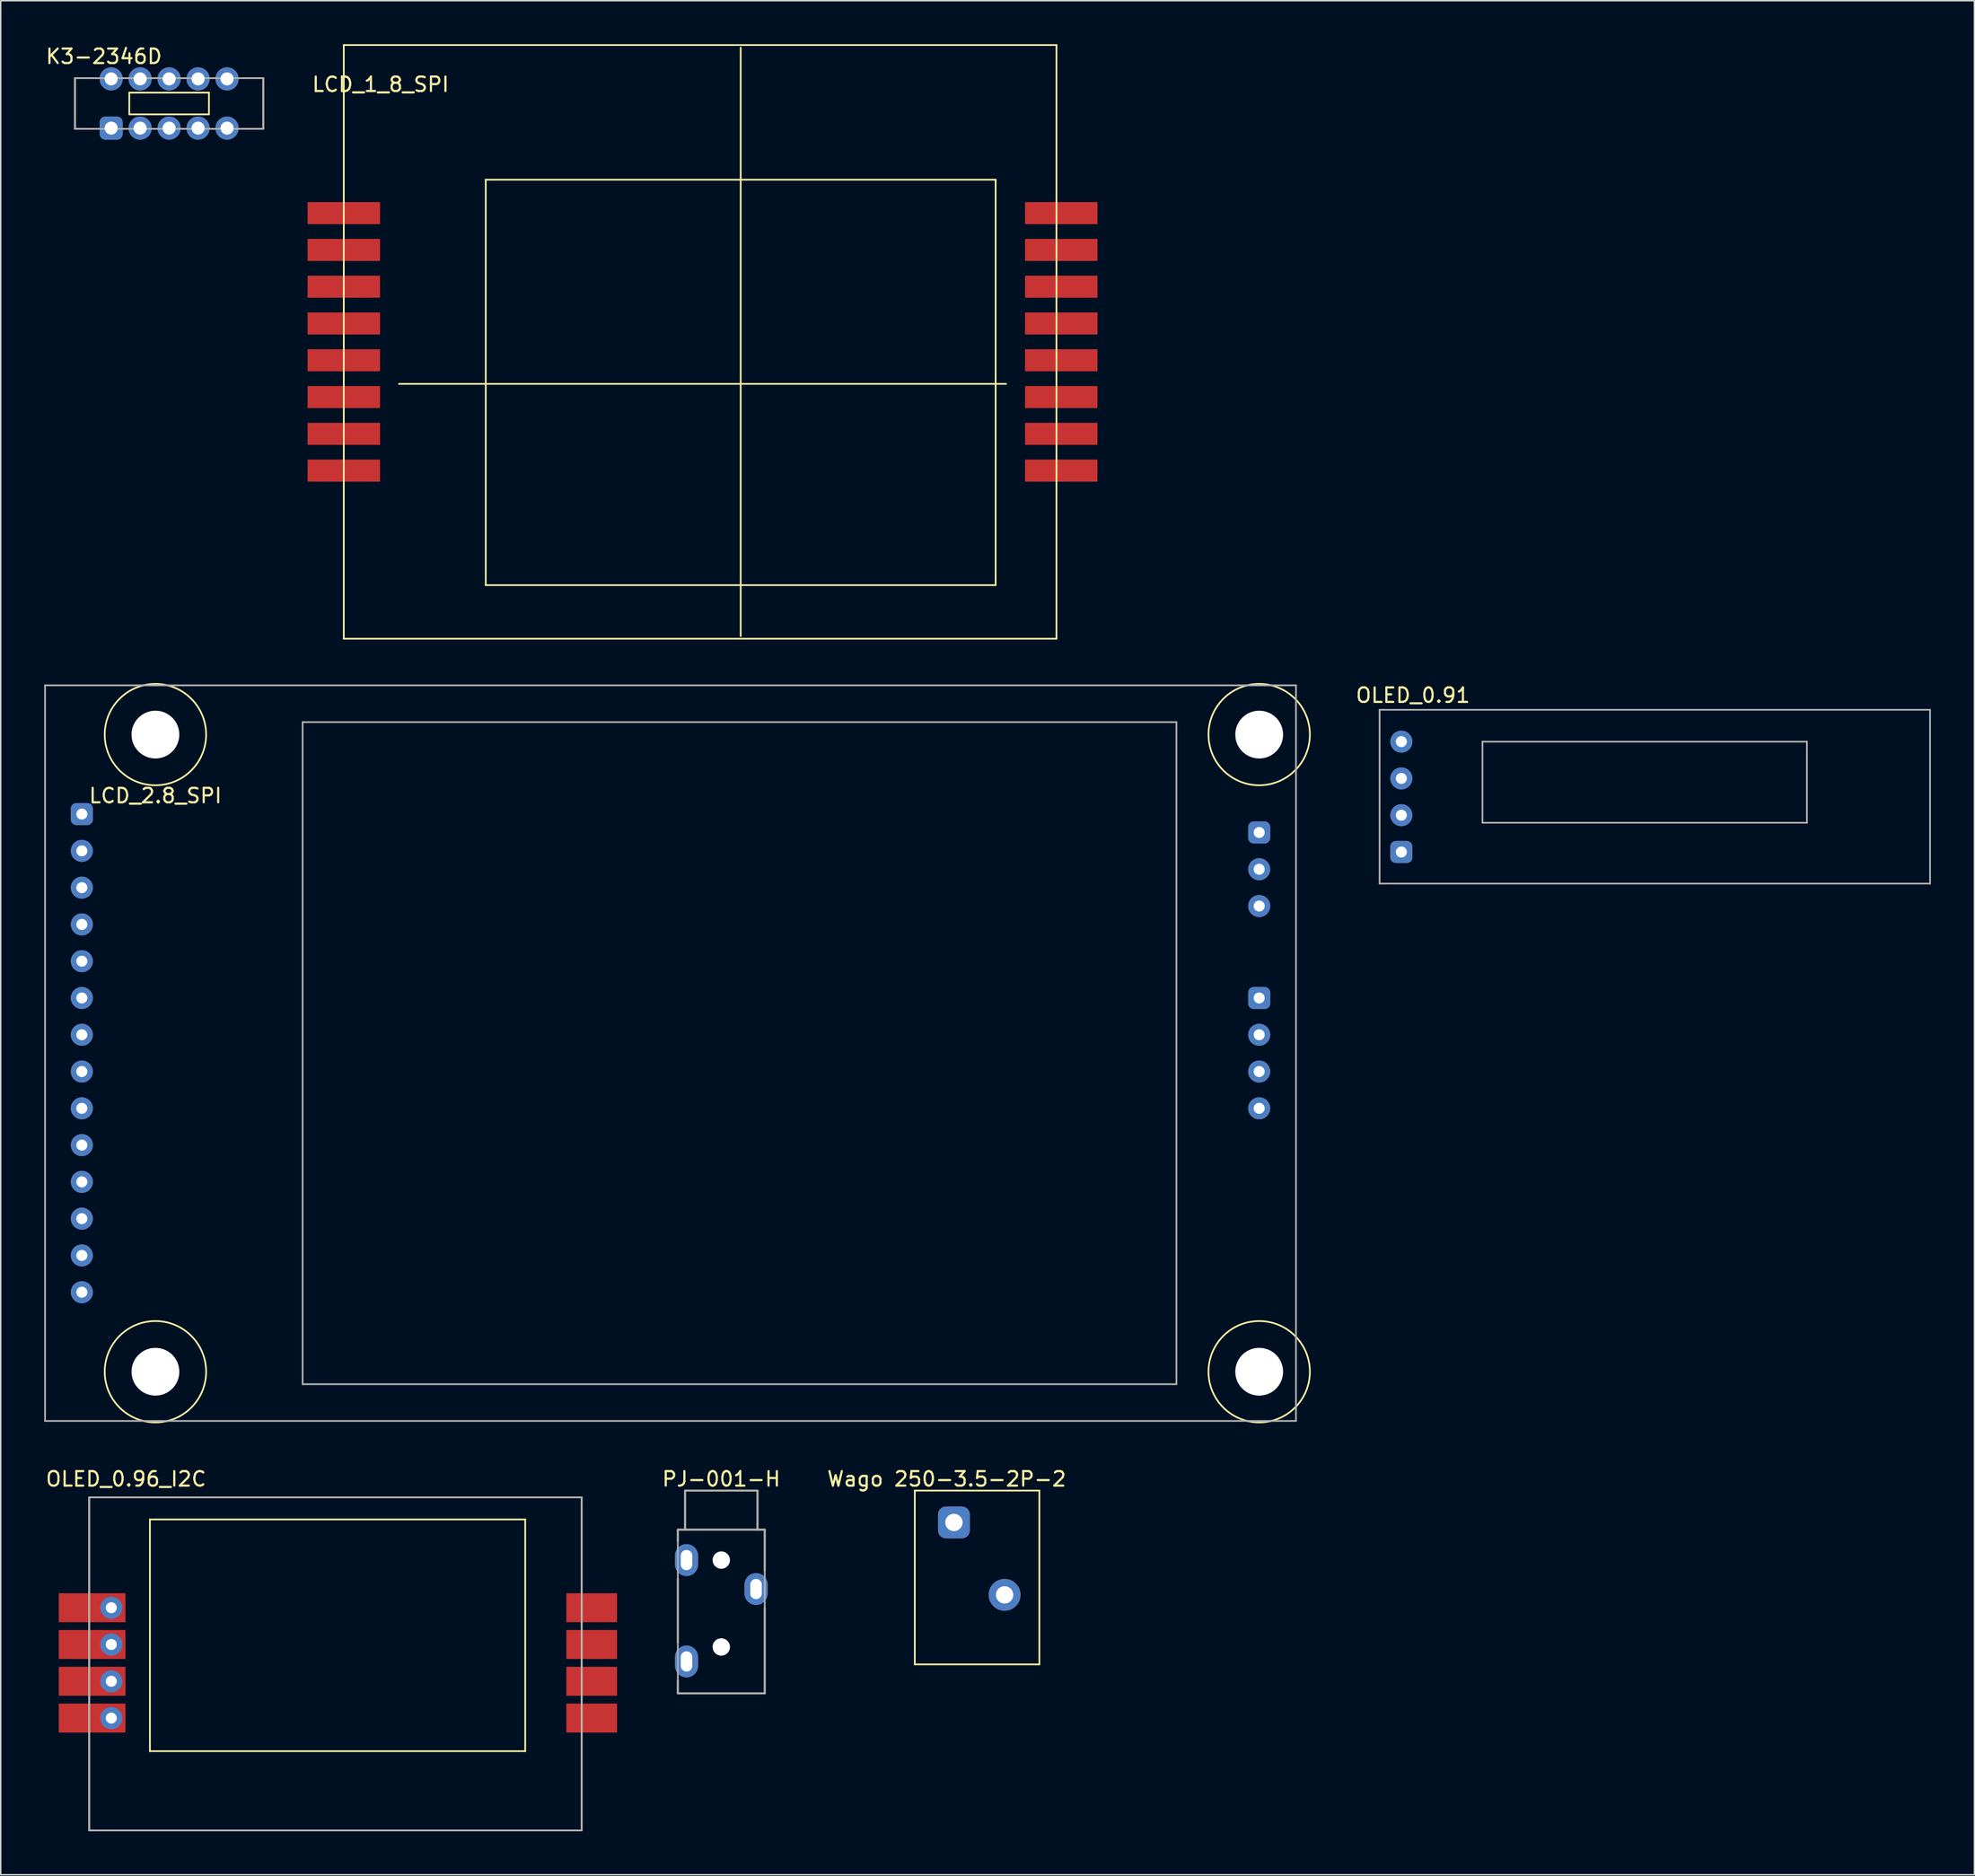
<source format=kicad_pcb>
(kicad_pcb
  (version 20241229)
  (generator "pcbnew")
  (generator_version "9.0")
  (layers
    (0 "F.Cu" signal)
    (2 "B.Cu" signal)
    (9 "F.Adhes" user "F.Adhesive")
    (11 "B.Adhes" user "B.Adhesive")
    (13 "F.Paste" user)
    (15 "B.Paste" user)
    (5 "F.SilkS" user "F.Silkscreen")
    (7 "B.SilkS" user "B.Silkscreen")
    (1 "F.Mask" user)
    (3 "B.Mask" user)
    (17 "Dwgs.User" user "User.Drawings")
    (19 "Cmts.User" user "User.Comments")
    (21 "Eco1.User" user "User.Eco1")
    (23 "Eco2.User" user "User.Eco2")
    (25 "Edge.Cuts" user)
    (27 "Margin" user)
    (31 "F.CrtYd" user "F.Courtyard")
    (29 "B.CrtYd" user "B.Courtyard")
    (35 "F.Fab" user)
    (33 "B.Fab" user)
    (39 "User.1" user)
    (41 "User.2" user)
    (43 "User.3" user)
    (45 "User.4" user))
  (footprint "PJ-001-H"
    (layer "F.Cu")
    (at 46.745 102.588)
    (property "Reference" "PJ-001-H" (at 0 -3.5 0) (layer "F.SilkS") (effects (font (size 1 1) (thickness 0.15))))
    (attr through_hole)
    (fp_line (start -3 0) (end 3 0) (stroke (width 0.12) (type solid)) (layer "F.SilkS"))
    (fp_line (start -3 0.8) (end -3 0) (stroke (width 0.12) (type solid)) (layer "F.SilkS"))
    (fp_line (start -3 7.8) (end -3 3.4) (stroke (width 0.12) (type solid)) (layer "F.SilkS"))
    (fp_line (start -3 11.3) (end -3 10.4) (stroke (width 0.12) (type solid)) (layer "F.SilkS"))
    (fp_line (start -2.5 -2.7) (end 2.5 -2.7) (stroke (width 0.12) (type solid)) (layer "F.SilkS"))
    (fp_line (start -2.5 0) (end -2.5 -2.7) (stroke (width 0.12) (type solid)) (layer "F.SilkS"))
    (fp_line (start 2.5 -2.7) (end 2.5 0) (stroke (width 0.12) (type solid)) (layer "F.SilkS"))
    (fp_line (start 3 0) (end 3 2.8) (stroke (width 0.12) (type solid)) (layer "F.SilkS"))
    (fp_line (start 3 5.4) (end 3 11.3) (stroke (width 0.12) (type solid)) (layer "F.SilkS"))
    (fp_line (start 3 11.3) (end -3 11.3) (stroke (width 0.12) (type solid)) (layer "F.SilkS"))
    (fp_line (start -3 0) (end 3 0) (stroke (width 0.12) (type solid)) (layer "F.Fab"))
    (fp_line (start -3 11.3) (end -3 0) (stroke (width 0.12) (type solid)) (layer "F.Fab"))
    (fp_line (start -2.5 -2.7) (end 2.5 -2.7) (stroke (width 0.12) (type solid)) (layer "F.Fab"))
    (fp_line (start -2.5 0) (end -2.5 -2.7) (stroke (width 0.12) (type solid)) (layer "F.Fab"))
    (fp_line (start 2.5 -2.7) (end 2.5 0) (stroke (width 0.12) (type solid)) (layer "F.Fab"))
    (fp_line (start 3 0) (end 3 11.3) (stroke (width 0.12) (type solid)) (layer "F.Fab"))
    (fp_line (start 3 11.3) (end -3 11.3) (stroke (width 0.12) (type solid)) (layer "F.Fab"))
    (pad "" np_thru_hole circle (at 0 2.1) (size 1.2 1.2) (drill 1.2) (layers "*.Cu" "*.Mask"))
    (pad "" np_thru_hole circle (at 0 8.1) (size 1.2 1.2) (drill 1.2) (layers "*.Cu" "*.Mask"))
    (pad "R" thru_hole oval (at 2.4 4.1) (size 1.6 2.2) (drill oval 0.8 1.4) (layers "*.Cu" "*.Mask"))
    (pad "S" thru_hole oval (at -2.4 2.1) (size 1.6 2.2) (drill oval 0.8 1.4) (layers "*.Cu" "*.Mask"))
    (pad "T" thru_hole oval (at -2.4 9.1) (size 1.6 2.2) (drill oval 0.8 1.4) (layers "*.Cu" "*.Mask")))
  (footprint "Wago 250-3.5-2P-2"
    (layer "F.Cu")
    (at 62.805 102.088)
    (property "Reference" "Wago 250-3.5-2P-2" (at -0.5 -3 0) (layer "F.SilkS") (effects (font (size 1 1) (thickness 0.15))))
    (attr through_hole)
    (fp_line (start -2.7 -2.2) (end -2.7 9.8) (stroke (width 0.12) (type solid)) (layer "F.SilkS"))
    (fp_line (start -2.7 9.8) (end 5.9 9.8) (stroke (width 0.12) (type solid)) (layer "F.SilkS"))
    (fp_line (start 5.9 -2.2) (end -2.7 -2.2) (stroke (width 0.12) (type solid)) (layer "F.SilkS"))
    (fp_line (start 5.9 9.8) (end 5.9 -2.2) (stroke (width 0.12) (type solid)) (layer "F.SilkS"))
    (pad "1" thru_hole roundrect (at 0 0) (size 2.2 2.2) (drill 1.2) (layers "*.Cu" "*.Mask") (roundrect_rratio 0.25))
    (pad "2" thru_hole circle (at 3.5 5) (size 2.2 2.2) (drill 1.2) (layers "*.Cu" "*.Mask")))
  (footprint "K3-2346D"
    (layer "F.Cu")
    (at 8.625 4.098)
    (property "Reference" "K3-2346D" (at -4.5 -3.25 0) (layer "F.SilkS") (effects (font (size 1 1) (thickness 0.15))))
    (attr through_hole)
    (fp_line (start -6.5 -1.75) (end -5.1 -1.75) (stroke (width 0.12) (type solid)) (layer "F.SilkS"))
    (fp_line (start -6.5 1.75) (end -6.5 -1.75) (stroke (width 0.12) (type solid)) (layer "F.SilkS"))
    (fp_line (start -5.1 1.75) (end -6.5 1.75) (stroke (width 0.12) (type solid)) (layer "F.SilkS"))
    (fp_line (start -2.75 -0.75) (end 2.75 -0.75) (stroke (width 0.12) (type solid)) (layer "F.SilkS"))
    (fp_line (start -2.75 0.75) (end -2.75 -0.75) (stroke (width 0.12) (type solid)) (layer "F.SilkS"))
    (fp_line (start 2.75 -0.75) (end 2.75 0.75) (stroke (width 0.12) (type solid)) (layer "F.SilkS"))
    (fp_line (start 2.75 0.75) (end -2.75 0.75) (stroke (width 0.12) (type solid)) (layer "F.SilkS"))
    (fp_line (start 6.5 -1.75) (end 5.1 -1.75) (stroke (width 0.12) (type solid)) (layer "F.SilkS"))
    (fp_line (start 6.5 1.75) (end 5.1 1.75) (stroke (width 0.12) (type solid)) (layer "F.SilkS"))
    (fp_line (start 6.5 1.75) (end 6.5 -1.75) (stroke (width 0.12) (type solid)) (layer "F.SilkS"))
    (fp_line (start -6.5 -1.75) (end 6.5 -1.75) (stroke (width 0.12) (type solid)) (layer "F.Fab"))
    (fp_line (start -6.5 1.75) (end -6.5 -1.75) (stroke (width 0.12) (type solid)) (layer "F.Fab"))
    (fp_line (start 6.5 -1.75) (end 6.5 1.75) (stroke (width 0.12) (type solid)) (layer "F.Fab"))
    (fp_line (start 6.5 1.75) (end -6.5 1.75) (stroke (width 0.12) (type solid)) (layer "F.Fab"))
    (pad "1" thru_hole roundrect (at -4 1.7) (size 1.6 1.6) (drill 0.9) (layers "*.Cu" "*.Mask") (roundrect_rratio 0.25))
    (pad "2" thru_hole circle (at -2 1.7) (size 1.6 1.6) (drill 0.9) (layers "*.Cu" "*.Mask"))
    (pad "3" thru_hole circle (at 2 1.7) (size 1.6 1.6) (drill 0.9) (layers "*.Cu" "*.Mask"))
    (pad "4" thru_hole circle (at 4 1.7) (size 1.6 1.6) (drill 0.9) (layers "*.Cu" "*.Mask"))
    (pad "5" thru_hole circle (at 4 -1.7) (size 1.6 1.6) (drill 0.9) (layers "*.Cu" "*.Mask"))
    (pad "6" thru_hole circle (at 2 -1.7) (size 1.6 1.6) (drill 0.9) (layers "*.Cu" "*.Mask"))
    (pad "7" thru_hole circle (at -2 -1.7) (size 1.6 1.6) (drill 0.9) (layers "*.Cu" "*.Mask"))
    (pad "8" thru_hole circle (at -4 -1.7) (size 1.6 1.6) (drill 0.9) (layers "*.Cu" "*.Mask"))
    (pad "9" thru_hole circle (at 0 1.7) (size 1.6 1.6) (drill 0.9) (layers "*.Cu" "*.Mask"))
    (pad "10" thru_hole circle (at 0 -1.7) (size 1.6 1.6) (drill 0.9) (layers "*.Cu" "*.Mask")))
  (footprint "OLED_0.91"
    (layer "F.Cu")
    (at 110.494 50.968)
    (property "Reference" "OLED_0.91" (at -16 -6 0) (layer "F.SilkS") (effects (font (size 1 1) (thickness 0.15))))
    (attr through_hole)
    (fp_line (start -18.3 -5) (end -18.3 7) (stroke (width 0.12) (type solid)) (layer "F.Fab"))
    (fp_line (start -18.3 -5) (end 19.7 -5) (stroke (width 0.12) (type solid)) (layer "F.Fab"))
    (fp_line (start -11.2 -2.8) (end -11.2 2.8) (stroke (width 0.12) (type solid)) (layer "F.Fab"))
    (fp_line (start -11.2 2.8) (end 11.2 2.8) (stroke (width 0.12) (type solid)) (layer "F.Fab"))
    (fp_line (start 11.2 -2.8) (end -11.2 -2.8) (stroke (width 0.12) (type solid)) (layer "F.Fab"))
    (fp_line (start 11.2 2.8) (end 11.2 -2.8) (stroke (width 0.12) (type solid)) (layer "F.Fab"))
    (fp_line (start 19.7 -5) (end 19.7 7) (stroke (width 0.12) (type solid)) (layer "F.Fab"))
    (fp_line (start 19.7 7) (end -18.3 7) (stroke (width 0.12) (type solid)) (layer "F.Fab"))
    (pad "1" thru_hole roundrect (at -16.8 4.82) (size 1.524 1.524) (drill 0.762) (layers "*.Cu" "*.Mask") (roundrect_rratio 0.25))
    (pad "2" thru_hole circle (at -16.8 2.28) (size 1.524 1.524) (drill 0.762) (layers "*.Cu" "*.Mask"))
    (pad "3" thru_hole circle (at -16.8 -0.26) (size 1.524 1.524) (drill 0.762) (layers "*.Cu" "*.Mask"))
    (pad "4" thru_hole circle (at -16.8 -2.8) (size 1.524 1.524) (drill 0.762) (layers "*.Cu" "*.Mask")))
  (footprint "LCD_1_8_SPI"
    (layer "F.Cu")
    (at 20.685 20.56)
    (property "Reference" "LCD_1_8_SPI" (at 2.54 -17.78 0) (layer "F.SilkS") (effects (font (size 1 1) (thickness 0.15))))
    (attr through_hole)
    (fp_line (start 0 -20.5) (end 49.2 -20.5) (stroke (width 0.12) (type solid)) (layer "F.SilkS"))
    (fp_line (start 0 20.5) (end 0 -20.5) (stroke (width 0.12) (type solid)) (layer "F.SilkS"))
    (fp_line (start 0 20.5) (end 49.2 20.5) (stroke (width 0.12) (type solid)) (layer "F.SilkS"))
    (fp_line (start 3.81 2.9) (end 45.72 2.9) (stroke (width 0.12) (type solid)) (layer "F.SilkS"))
    (fp_line (start 9.8 -11.2) (end 9.8 16.8) (stroke (width 0.12) (type solid)) (layer "F.SilkS"))
    (fp_line (start 9.8 -11.2) (end 45 -11.2) (stroke (width 0.12) (type solid)) (layer "F.SilkS"))
    (fp_line (start 27.4 -20.32) (end 27.4 20.32) (stroke (width 0.12) (type solid)) (layer "F.SilkS"))
    (fp_line (start 45 -11.2) (end 45 16.8) (stroke (width 0.12) (type solid)) (layer "F.SilkS"))
    (fp_line (start 45 16.8) (end 9.8 16.8) (stroke (width 0.12) (type solid)) (layer "F.SilkS"))
    (fp_line (start 49.2 20.5) (end 49.2 -20.5) (stroke (width 0.12) (type solid)) (layer "F.SilkS"))
    (pad "1" smd rect (at 0 -8.89) (size 5 1.524) (layers "F.Cu" "F.Mask" "F.Paste"))
    (pad "2" smd rect (at 0 -6.35) (size 5 1.524) (layers "F.Cu" "F.Mask" "F.Paste"))
    (pad "3" smd rect (at 0 -3.81) (size 5 1.524) (layers "F.Cu" "F.Mask" "F.Paste"))
    (pad "4" smd rect (at 0 -1.27) (size 5 1.524) (layers "F.Cu" "F.Mask" "F.Paste"))
    (pad "5" smd rect (at 0 1.27) (size 5 1.524) (layers "F.Cu" "F.Mask" "F.Paste"))
    (pad "6" smd rect (at 0 3.81) (size 5 1.524) (layers "F.Cu" "F.Mask" "F.Paste"))
    (pad "7" smd rect (at 0 6.35) (size 5 1.524) (layers "F.Cu" "F.Mask" "F.Paste"))
    (pad "8" smd rect (at 0 8.89) (size 5 1.524) (layers "F.Cu" "F.Mask" "F.Paste"))
    (pad "9" smd rect (at 49.53 -8.89) (size 5 1.524) (layers "F.Cu" "F.Mask" "F.Paste"))
    (pad "9" smd rect (at 49.53 -6.35) (size 5 1.524) (layers "F.Cu" "F.Mask" "F.Paste"))
    (pad "9" smd rect (at 49.53 -3.81) (size 5 1.524) (layers "F.Cu" "F.Mask" "F.Paste"))
    (pad "9" smd rect (at 49.53 -1.27) (size 5 1.524) (layers "F.Cu" "F.Mask" "F.Paste"))
    (pad "9" smd rect (at 49.53 1.27) (size 5 1.524) (layers "F.Cu" "F.Mask" "F.Paste"))
    (pad "9" smd rect (at 49.53 3.81) (size 5 1.524) (layers "F.Cu" "F.Mask" "F.Paste"))
    (pad "9" smd rect (at 49.53 6.35) (size 5 1.524) (layers "F.Cu" "F.Mask" "F.Paste"))
    (pad "9" smd rect (at 49.53 8.89) (size 5 1.524) (layers "F.Cu" "F.Mask" "F.Paste")))
  (footprint "OLED_0.96_I2C"
    (layer "F.Cu")
    (at 3.109 100.358)
    (property "Reference" "OLED_0.96_I2C" (at 2.54 -1.27 0) (layer "F.SilkS") (effects (font (size 1 1) (thickness 0.15))))
    (attr through_hole)
    (fp_line (start 0 0) (end 34 0) (stroke (width 0.12) (type solid)) (layer "F.SilkS"))
    (fp_line (start 0 23) (end 0 0) (stroke (width 0.12) (type solid)) (layer "F.SilkS"))
    (fp_line (start 4.191 1.524) (end 4.191 17.526) (stroke (width 0.12) (type solid)) (layer "F.SilkS"))
    (fp_line (start 4.191 1.524) (end 30.099 1.524) (stroke (width 0.12) (type solid)) (layer "F.SilkS"))
    (fp_line (start 4.191 17.526) (end 30.099 17.526) (stroke (width 0.12) (type solid)) (layer "F.SilkS"))
    (fp_line (start 30.099 1.524) (end 30.099 17.526) (stroke (width 0.12) (type solid)) (layer "F.SilkS"))
    (fp_line (start 34 0) (end 34 23) (stroke (width 0.12) (type solid)) (layer "F.SilkS"))
    (fp_line (start 34 23) (end 0 23) (stroke (width 0.12) (type solid)) (layer "F.SilkS"))
    (fp_line (start 0 0) (end 0 23) (stroke (width 0.12) (type solid)) (layer "F.Fab"))
    (fp_line (start 0 23) (end 34 23) (stroke (width 0.12) (type solid)) (layer "F.Fab"))
    (fp_line (start 34 0) (end 0 0) (stroke (width 0.12) (type solid)) (layer "F.Fab"))
    (fp_line (start 34 23) (end 34 0) (stroke (width 0.12) (type solid)) (layer "F.Fab"))
    (pad "1" smd rect (at 0 7.62) (size 4.6 2) (drill (offset 0.2 0)) (layers "F.Cu" "F.Mask" "F.Paste"))
    (pad "1" thru_hole circle (at 1.524 7.62) (size 1.524 1.524) (drill 0.762) (layers "*.Cu" "*.Mask"))
    (pad "2" smd rect (at 0 10.16) (size 4.6 2) (drill (offset 0.2 0)) (layers "F.Cu" "F.Mask" "F.Paste"))
    (pad "2" thru_hole circle (at 1.524 10.16) (size 1.524 1.524) (drill 0.762) (layers "*.Cu" "*.Mask"))
    (pad "3" smd rect (at 0 12.7) (size 4.6 2) (drill (offset 0.2 0)) (layers "F.Cu" "F.Mask" "F.Paste"))
    (pad "3" thru_hole circle (at 1.524 12.7) (size 1.524 1.524) (drill 0.762) (layers "*.Cu" "*.Mask"))
    (pad "4" smd rect (at 0 15.24) (size 4.6 2) (drill (offset 0.2 0)) (layers "F.Cu" "F.Mask" "F.Paste"))
    (pad "4" thru_hole circle (at 1.524 15.24) (size 1.524 1.524) (drill 0.762) (layers "*.Cu" "*.Mask"))
    (pad "5" smd rect (at 34.29 7.62) (size 3.5 2) (drill (offset 0.4 0)) (layers "F.Cu" "F.Mask" "F.Paste"))
    (pad "5" smd rect (at 34.29 10.16) (size 3.5 2) (drill (offset 0.4 0)) (layers "F.Cu" "F.Mask" "F.Paste"))
    (pad "5" smd rect (at 34.29 12.7) (size 3.5 2) (drill (offset 0.4 0)) (layers "F.Cu" "F.Mask" "F.Paste"))
    (pad "5" smd rect (at 34.29 15.24) (size 3.5 2) (drill (offset 0.4 0)) (layers "F.Cu" "F.Mask" "F.Paste")))
  (footprint "LCD_2.8_SPI"
    (layer "F.Cu")
    (at 2.6 69.68)
    (property "Reference" "LCD_2.8_SPI" (at 5.08 -17.78 0) (layer "F.SilkS") (effects (font (size 1 1) (thickness 0.15))))
    (attr through_hole)
    (fp_circle (center 5.08 -22) (end 8.58 -22) (stroke (width 0.12) (type solid)) (fill no) (layer "F.SilkS"))
    (fp_circle (center 5.08 22) (end 8.58 22) (stroke (width 0.12) (type solid)) (fill no) (layer "F.SilkS"))
    (fp_circle (center 81.28 -22) (end 84.78 -22) (stroke (width 0.12) (type solid)) (fill no) (layer "F.SilkS"))
    (fp_circle (center 81.28 22) (end 84.78 22) (stroke (width 0.12) (type solid)) (fill no) (layer "F.SilkS"))
    (fp_line (start -2.54 -25.4) (end -2.54 25.4) (stroke (width 0.12) (type solid)) (layer "F.Fab"))
    (fp_line (start -2.54 -25.4) (end 83.82 -25.4) (stroke (width 0.12) (type solid)) (layer "F.Fab"))
    (fp_line (start 15.24 -22.86) (end 75.565 -22.86) (stroke (width 0.12) (type solid)) (layer "F.Fab"))
    (fp_line (start 15.24 22.86) (end 15.24 -22.86) (stroke (width 0.12) (type solid)) (layer "F.Fab"))
    (fp_line (start 75.565 -22.86) (end 75.565 22.86) (stroke (width 0.12) (type solid)) (layer "F.Fab"))
    (fp_line (start 75.565 22.86) (end 15.24 22.86) (stroke (width 0.12) (type solid)) (layer "F.Fab"))
    (fp_line (start 83.82 -25.4) (end 83.82 25.4) (stroke (width 0.12) (type solid)) (layer "F.Fab"))
    (fp_line (start 83.82 25.4) (end -2.54 25.4) (stroke (width 0.12) (type solid)) (layer "F.Fab"))
    (pad "" np_thru_hole circle (at 5.08 -22) (size 3.3 3.3) (drill 3.3) (layers "*.Cu" "*.Mask"))
    (pad "" np_thru_hole circle (at 5.08 22) (size 3.3 3.3) (drill 3.3) (layers "*.Cu" "*.Mask"))
    (pad "" np_thru_hole circle (at 81.28 -22) (size 3.3 3.3) (drill 3.3) (layers "*.Cu" "*.Mask"))
    (pad "" np_thru_hole circle (at 81.28 22) (size 3.3 3.3) (drill 3.3) (layers "*.Cu" "*.Mask"))
    (pad "1" thru_hole roundrect (at 0 -16.51) (size 1.524 1.524) (drill 0.762) (layers "*.Cu" "*.Mask") (roundrect_rratio 0.25))
    (pad "2" thru_hole circle (at 0 -13.97) (size 1.524 1.524) (drill 0.762) (layers "*.Cu" "*.Mask"))
    (pad "3" thru_hole circle (at 0 -11.43) (size 1.524 1.524) (drill 0.762) (layers "*.Cu" "*.Mask"))
    (pad "4" thru_hole circle (at 0 -8.89) (size 1.524 1.524) (drill 0.762) (layers "*.Cu" "*.Mask"))
    (pad "5" thru_hole circle (at 0 -6.35) (size 1.524 1.524) (drill 0.762) (layers "*.Cu" "*.Mask"))
    (pad "6" thru_hole circle (at 0 -3.81) (size 1.524 1.524) (drill 0.762) (layers "*.Cu" "*.Mask"))
    (pad "7" thru_hole circle (at 0 -1.27) (size 1.524 1.524) (drill 0.762) (layers "*.Cu" "*.Mask"))
    (pad "8" thru_hole circle (at 0 1.27) (size 1.524 1.524) (drill 0.762) (layers "*.Cu" "*.Mask"))
    (pad "9" thru_hole circle (at 0 3.81) (size 1.524 1.524) (drill 0.762) (layers "*.Cu" "*.Mask"))
    (pad "10" thru_hole circle (at 0 6.35) (size 1.524 1.524) (drill 0.762) (layers "*.Cu" "*.Mask"))
    (pad "11" thru_hole circle (at 0 8.89) (size 1.524 1.524) (drill 0.762) (layers "*.Cu" "*.Mask"))
    (pad "12" thru_hole circle (at 0 11.43) (size 1.524 1.524) (drill 0.762) (layers "*.Cu" "*.Mask"))
    (pad "13" thru_hole circle (at 0 13.97) (size 1.524 1.524) (drill 0.762) (layers "*.Cu" "*.Mask"))
    (pad "14" thru_hole circle (at 0 16.51) (size 1.524 1.524) (drill 0.762) (layers "*.Cu" "*.Mask"))
    (pad "15" thru_hole roundrect (at 81.28 -3.81) (size 1.524 1.524) (drill 0.762) (layers "*.Cu" "*.Mask") (roundrect_rratio 0.25))
    (pad "16" thru_hole circle (at 81.28 -1.27) (size 1.524 1.524) (drill 0.762) (layers "*.Cu" "*.Mask"))
    (pad "17" thru_hole circle (at 81.28 1.27) (size 1.524 1.524) (drill 0.762) (layers "*.Cu" "*.Mask"))
    (pad "18" thru_hole circle (at 81.28 3.81) (size 1.524 1.524) (drill 0.762) (layers "*.Cu" "*.Mask"))
    (pad "19" thru_hole roundrect (at 81.28 -15.24) (size 1.524 1.524) (drill 0.762) (layers "*.Cu" "*.Mask") (roundrect_rratio 0.25))
    (pad "20" thru_hole circle (at 81.28 -12.7) (size 1.524 1.524) (drill 0.762) (layers "*.Cu" "*.Mask"))
    (pad "21" thru_hole circle (at 81.28 -10.16) (size 1.524 1.524) (drill 0.762) (layers "*.Cu" "*.Mask")))
  (gr_rect
    (start -3 -3)
    (end 133.254 126.418)
    (stroke (width 0.1) (type default))
    (fill no)
    (layer "Edge.Cuts")))
</source>
